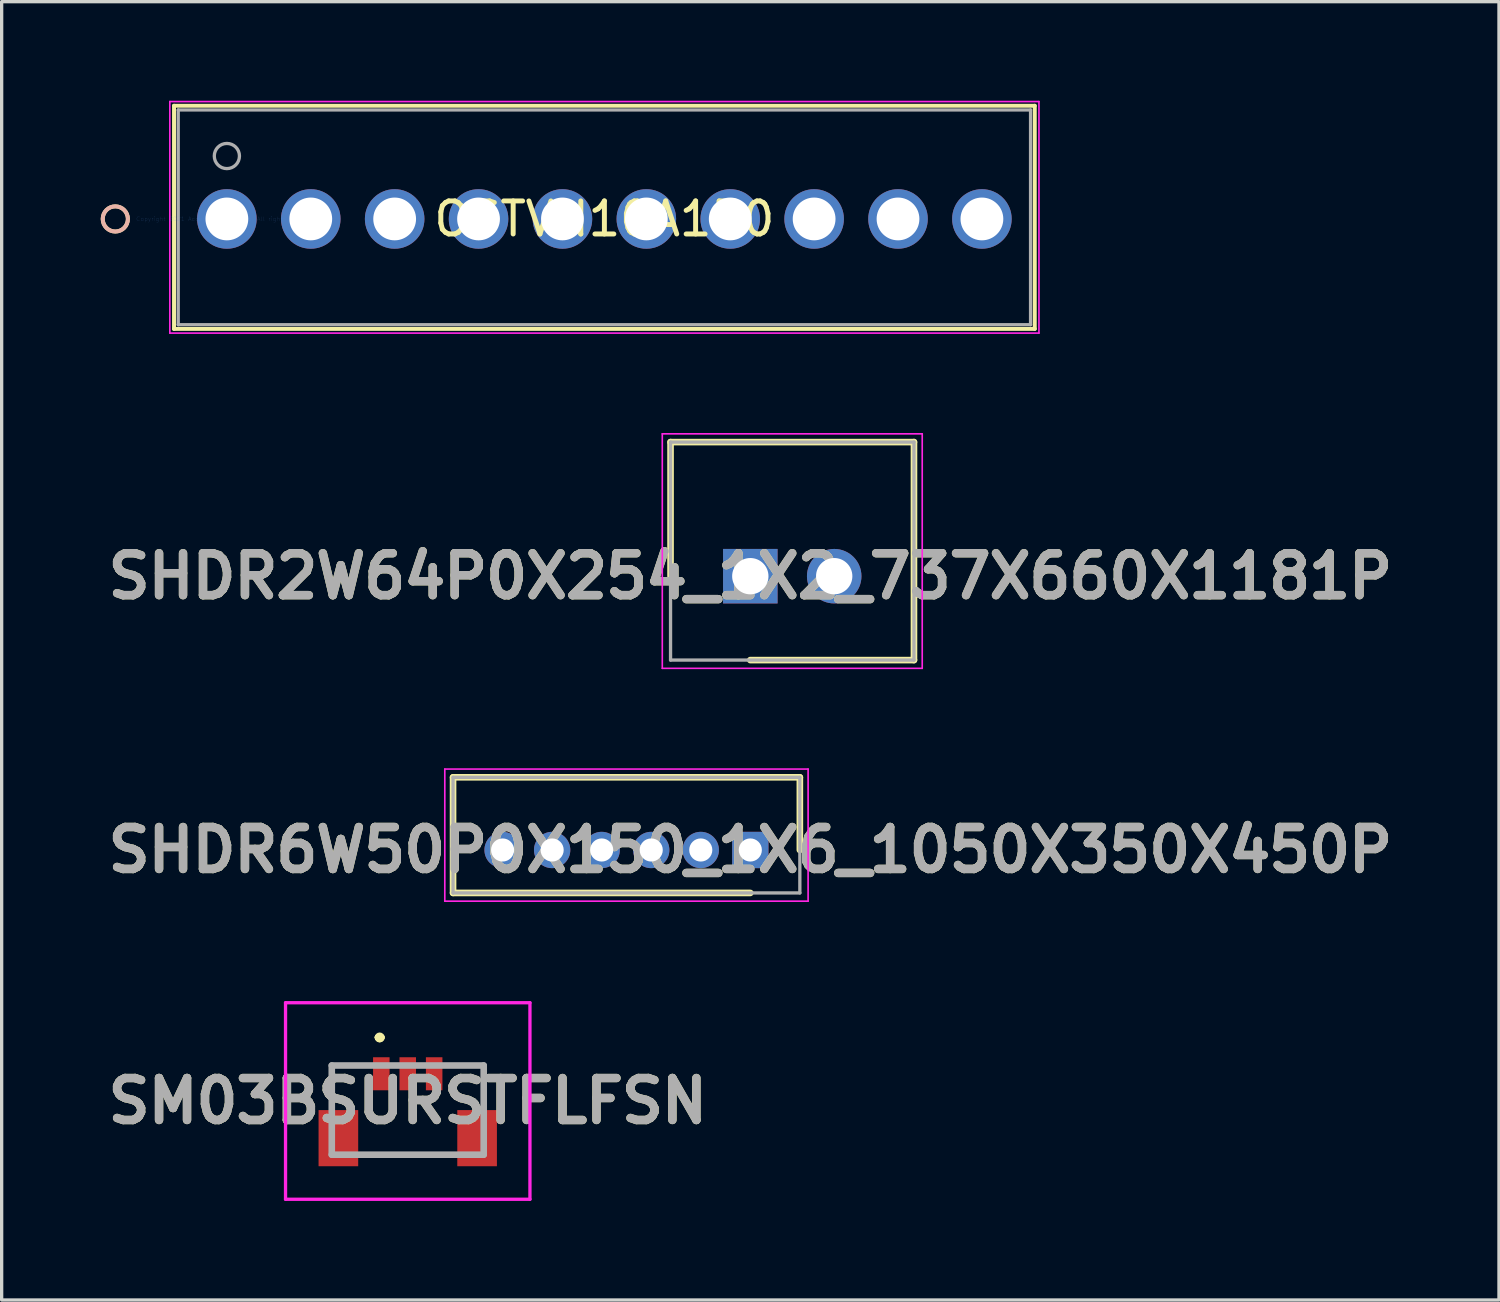
<source format=kicad_pcb>
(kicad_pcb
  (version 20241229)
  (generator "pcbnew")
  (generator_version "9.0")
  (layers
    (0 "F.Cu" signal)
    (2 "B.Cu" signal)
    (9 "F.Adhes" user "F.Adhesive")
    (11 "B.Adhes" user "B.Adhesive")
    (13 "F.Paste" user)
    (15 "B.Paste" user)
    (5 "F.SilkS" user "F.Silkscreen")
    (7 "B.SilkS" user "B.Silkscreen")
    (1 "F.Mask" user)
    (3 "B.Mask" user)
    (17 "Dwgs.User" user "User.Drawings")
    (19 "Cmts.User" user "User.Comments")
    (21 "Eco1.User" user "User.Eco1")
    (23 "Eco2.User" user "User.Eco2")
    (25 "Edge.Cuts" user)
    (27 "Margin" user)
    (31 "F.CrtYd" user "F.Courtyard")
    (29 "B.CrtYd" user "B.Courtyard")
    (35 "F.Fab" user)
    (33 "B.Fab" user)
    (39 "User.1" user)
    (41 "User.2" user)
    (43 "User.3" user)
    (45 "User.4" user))
  (footprint "OSTVN10A150"
    (layer "F.Cu")
    (at 3.819 3.579)
    (property "Reference" "OSTVN10A150" (at 11.43 0 0) (layer "F.SilkS") (effects (font (size 1 1) (thickness 0.15))))
    (attr through_hole)
    (fp_line (start -1.6 -3.427) (end -1.6 3.329) (stroke (width 0.12) (type solid)) (layer "F.SilkS"))
    (fp_line (start -1.6 3.329) (end 24.46 3.329) (stroke (width 0.12) (type solid)) (layer "F.SilkS"))
    (fp_line (start 24.46 -3.427) (end -1.6 -3.427) (stroke (width 0.12) (type solid)) (layer "F.SilkS"))
    (fp_line (start 24.46 3.329) (end 24.46 -3.427) (stroke (width 0.12) (type solid)) (layer "F.SilkS"))
    (fp_circle (center -3.378 0) (end -2.997 0) (stroke (width 0.12) (type solid)) (fill no) (layer "F.SilkS"))
    (fp_circle (center -3.378 0) (end -2.997 0) (stroke (width 0.12) (type solid)) (fill no) (layer "B.SilkS"))
    (fp_line (start -1.727 -3.554) (end -1.727 3.456) (stroke (width 0.05) (type solid)) (layer "F.CrtYd"))
    (fp_line (start -1.727 3.456) (end 24.587 3.456) (stroke (width 0.05) (type solid)) (layer "F.CrtYd"))
    (fp_line (start 24.587 -3.554) (end -1.727 -3.554) (stroke (width 0.05) (type solid)) (layer "F.CrtYd"))
    (fp_line (start 24.587 3.456) (end 24.587 -3.554) (stroke (width 0.05) (type solid)) (layer "F.CrtYd"))
    (fp_line (start -1.473 -3.3) (end -1.473 3.202) (stroke (width 0.1) (type solid)) (layer "F.Fab"))
    (fp_line (start -1.473 3.202) (end 24.333 3.202) (stroke (width 0.1) (type solid)) (layer "F.Fab"))
    (fp_line (start 24.333 -3.3) (end -1.473 -3.3) (stroke (width 0.1) (type solid)) (layer "F.Fab"))
    (fp_line (start 24.333 3.202) (end 24.333 -3.3) (stroke (width 0.1) (type solid)) (layer "F.Fab"))
    (fp_circle (center 0 -1.905) (end 0.381 -1.905) (stroke (width 0.1) (type solid)) (fill no) (layer "F.Fab"))
    (fp_text user "*" (at 0 0 0) (layer "F.SilkS") (effects (font (size 1 1) (thickness 0.15))))
    (fp_text user "Copyright 2021 Accelerated Designs. All rights reserved." (at 0 0 0) (layer "Cmts.User") (effects (font (size 0.127 0.127) (thickness 0.002))))
    (fp_text user "*" (at 0 0 0) (layer "F.Fab") (effects (font (size 1 1) (thickness 0.15))))
    (pad "1" thru_hole circle (at 0 0) (size 1.803 1.803) (drill 1.295) (layers "*.Cu" "*.Mask"))
    (pad "2" thru_hole circle (at 2.54 0) (size 1.803 1.803) (drill 1.295) (layers "*.Cu" "*.Mask"))
    (pad "3" thru_hole circle (at 5.08 0) (size 1.803 1.803) (drill 1.295) (layers "*.Cu" "*.Mask"))
    (pad "4" thru_hole circle (at 7.62 0) (size 1.803 1.803) (drill 1.295) (layers "*.Cu" "*.Mask"))
    (pad "5" thru_hole circle (at 10.16 0) (size 1.803 1.803) (drill 1.295) (layers "*.Cu" "*.Mask"))
    (pad "6" thru_hole circle (at 12.7 0) (size 1.803 1.803) (drill 1.295) (layers "*.Cu" "*.Mask"))
    (pad "7" thru_hole circle (at 15.24 0) (size 1.803 1.803) (drill 1.295) (layers "*.Cu" "*.Mask"))
    (pad "8" thru_hole circle (at 17.78 0) (size 1.803 1.803) (drill 1.295) (layers "*.Cu" "*.Mask"))
    (pad "9" thru_hole circle (at 20.32 0) (size 1.803 1.803) (drill 1.295) (layers "*.Cu" "*.Mask"))
    (pad "10" thru_hole circle (at 22.86 0) (size 1.803 1.803) (drill 1.295) (layers "*.Cu" "*.Mask")))
  (footprint "SHDR6W50P0X150_1X6_1050X350X450P"
    (layer "F.Cu")
    (at 19.667 22.685)
    (property "Reference" "SHDR6W50P0X150_1X6_1050X350X450P" (at 0 0 0) (layer "F.SilkS") (effects (font (size 1.27 1.27) (thickness 0.254))))
    (attr through_hole)
    (fp_line (start -9 -2.2) (end 1.5 -2.2) (stroke (width 0.2) (type solid)) (layer "F.SilkS"))
    (fp_line (start -9 1.3) (end -9 -2.2) (stroke (width 0.2) (type solid)) (layer "F.SilkS"))
    (fp_line (start 0 1.3) (end -9 1.3) (stroke (width 0.2) (type solid)) (layer "F.SilkS"))
    (fp_line (start 1.5 -2.2) (end 1.5 0) (stroke (width 0.2) (type solid)) (layer "F.SilkS"))
    (fp_line (start -9.25 -2.45) (end 1.75 -2.45) (stroke (width 0.05) (type solid)) (layer "F.CrtYd"))
    (fp_line (start -9.25 1.55) (end -9.25 -2.45) (stroke (width 0.05) (type solid)) (layer "F.CrtYd"))
    (fp_line (start 1.75 -2.45) (end 1.75 1.55) (stroke (width 0.05) (type solid)) (layer "F.CrtYd"))
    (fp_line (start 1.75 1.55) (end -9.25 1.55) (stroke (width 0.05) (type solid)) (layer "F.CrtYd"))
    (fp_line (start -9 -2.2) (end 1.5 -2.2) (stroke (width 0.1) (type solid)) (layer "F.Fab"))
    (fp_line (start -9 1.3) (end -9 -2.2) (stroke (width 0.1) (type solid)) (layer "F.Fab"))
    (fp_line (start 1.5 -2.2) (end 1.5 1.3) (stroke (width 0.1) (type solid)) (layer "F.Fab"))
    (fp_line (start 1.5 1.3) (end -9 1.3) (stroke (width 0.1) (type solid)) (layer "F.Fab"))
    (fp_text user "${REFERENCE}" (at 0 0 0) (layer "F.Fab") (effects (font (size 1.27 1.27) (thickness 0.254))))
    (pad "1" thru_hole rect (at 0 0) (size 1.1 1.1) (drill 0.7) (layers "*.Cu" "*.Mask"))
    (pad "2" thru_hole circle (at -1.5 0) (size 1.1 1.1) (drill 0.7) (layers "*.Cu" "*.Mask"))
    (pad "3" thru_hole circle (at -3 0) (size 1.1 1.1) (drill 0.7) (layers "*.Cu" "*.Mask"))
    (pad "4" thru_hole circle (at -4.5 0) (size 1.1 1.1) (drill 0.7) (layers "*.Cu" "*.Mask"))
    (pad "5" thru_hole circle (at -6 0) (size 1.1 1.1) (drill 0.7) (layers "*.Cu" "*.Mask"))
    (pad "6" thru_hole circle (at -7.5 0) (size 1.1 1.1) (drill 0.7) (layers "*.Cu" "*.Mask")))
  (footprint "SM03BSURSTFLFSN"
    (layer "F.Cu")
    (at 9.295 30.56)
    (property "Reference" "SM03BSURSTFLFSN" (at 0 -0.275 0) (layer "F.SilkS") (effects (font (size 1.27 1.27) (thickness 0.254))))
    (attr smd)
    (fp_line (start -2.3 -1.35) (end -2.3 -1.35) (stroke (width 0.1) (type solid)) (layer "F.SilkS"))
    (fp_line (start -2.3 -1.35) (end -2.3 -1.35) (stroke (width 0.1) (type solid)) (layer "F.SilkS"))
    (fp_line (start -2.3 -1.35) (end -2.3 -0.75) (stroke (width 0.1) (type solid)) (layer "F.SilkS"))
    (fp_line (start -2.3 -1.35) (end -1.75 -1.35) (stroke (width 0.1) (type solid)) (layer "F.SilkS"))
    (fp_line (start -2.3 -0.75) (end -2.3 -1.35) (stroke (width 0.1) (type solid)) (layer "F.SilkS"))
    (fp_line (start -2.3 -0.75) (end -2.3 -0.75) (stroke (width 0.1) (type solid)) (layer "F.SilkS"))
    (fp_line (start -1.75 -1.35) (end -2.3 -1.35) (stroke (width 0.1) (type solid)) (layer "F.SilkS"))
    (fp_line (start -1.75 -1.35) (end -1.75 -1.35) (stroke (width 0.1) (type solid)) (layer "F.SilkS"))
    (fp_line (start -1 1.35) (end -1 1.35) (stroke (width 0.1) (type solid)) (layer "F.SilkS"))
    (fp_line (start -1 1.35) (end 0.75 1.35) (stroke (width 0.1) (type solid)) (layer "F.SilkS"))
    (fp_line (start -0.9 -2.2) (end -0.9 -2.2) (stroke (width 0.2) (type solid)) (layer "F.SilkS"))
    (fp_line (start -0.9 -2.2) (end -0.9 -2.2) (stroke (width 0.2) (type solid)) (layer "F.SilkS"))
    (fp_line (start -0.8 -2.2) (end -0.8 -2.2) (stroke (width 0.2) (type solid)) (layer "F.SilkS"))
    (fp_line (start 0.75 1.35) (end -1 1.35) (stroke (width 0.1) (type solid)) (layer "F.SilkS"))
    (fp_line (start 0.75 1.35) (end 0.75 1.35) (stroke (width 0.1) (type solid)) (layer "F.SilkS"))
    (fp_line (start 1.75 -1.35) (end 1.75 -1.35) (stroke (width 0.1) (type solid)) (layer "F.SilkS"))
    (fp_line (start 1.75 -1.35) (end 2.3 -1.35) (stroke (width 0.1) (type solid)) (layer "F.SilkS"))
    (fp_line (start 2.3 -1.35) (end 1.75 -1.35) (stroke (width 0.1) (type solid)) (layer "F.SilkS"))
    (fp_line (start 2.3 -1.35) (end 2.3 -1.35) (stroke (width 0.1) (type solid)) (layer "F.SilkS"))
    (fp_line (start 2.3 -1.35) (end 2.3 -1.35) (stroke (width 0.1) (type solid)) (layer "F.SilkS"))
    (fp_line (start 2.3 -1.35) (end 2.3 -0.75) (stroke (width 0.1) (type solid)) (layer "F.SilkS"))
    (fp_line (start 2.3 -0.75) (end 2.3 -1.35) (stroke (width 0.1) (type solid)) (layer "F.SilkS"))
    (fp_line (start 2.3 -0.75) (end 2.3 -0.75) (stroke (width 0.1) (type solid)) (layer "F.SilkS"))
    (fp_arc (start -0.9 -2.2) (mid -0.85 -2.25) (end -0.8 -2.2) (stroke (width 0.2) (type solid)) (layer "F.SilkS"))
    (fp_arc (start -0.8 -2.2) (mid -0.85 -2.15) (end -0.9 -2.2) (stroke (width 0.2) (type solid)) (layer "F.SilkS"))
    (fp_arc (start -0.8 -2.2) (mid -0.85 -2.15) (end -0.9 -2.2) (stroke (width 0.2) (type solid)) (layer "F.SilkS"))
    (fp_line (start -3.7 -3.25) (end 3.7 -3.25) (stroke (width 0.1) (type solid)) (layer "F.CrtYd"))
    (fp_line (start -3.7 2.7) (end -3.7 -3.25) (stroke (width 0.1) (type solid)) (layer "F.CrtYd"))
    (fp_line (start 3.7 -3.25) (end 3.7 2.7) (stroke (width 0.1) (type solid)) (layer "F.CrtYd"))
    (fp_line (start 3.7 2.7) (end -3.7 2.7) (stroke (width 0.1) (type solid)) (layer "F.CrtYd"))
    (fp_line (start -2.3 -1.35) (end -2.3 1.35) (stroke (width 0.2) (type solid)) (layer "F.Fab"))
    (fp_line (start -2.3 1.35) (end 2.3 1.35) (stroke (width 0.2) (type solid)) (layer "F.Fab"))
    (fp_line (start 2.3 -1.35) (end -2.3 -1.35) (stroke (width 0.2) (type solid)) (layer "F.Fab"))
    (fp_line (start 2.3 1.35) (end 2.3 -1.35) (stroke (width 0.2) (type solid)) (layer "F.Fab"))
    (fp_text user "${REFERENCE}" (at 0 -0.275 0) (layer "F.Fab") (effects (font (size 1.27 1.27) (thickness 0.254))))
    (pad "1" smd rect (at -0.8 -1.1) (size 0.5 1) (layers "F.Cu" "F.Mask" "F.Paste"))
    (pad "2" smd rect (at 0 -1.1) (size 0.5 1) (layers "F.Cu" "F.Mask" "F.Paste"))
    (pad "3" smd rect (at 0.8 -1.1) (size 0.5 1) (layers "F.Cu" "F.Mask" "F.Paste"))
    (pad "MP1" smd rect (at -2.1 0.85) (size 1.2 1.7) (layers "F.Cu" "F.Mask" "F.Paste"))
    (pad "MP2" smd rect (at 2.1 0.85) (size 1.2 1.7) (layers "F.Cu" "F.Mask" "F.Paste")))
  (footprint "SHDR2W64P0X254_1X2_737X660X1181P"
    (layer "F.Cu")
    (at 19.667 14.395)
    (property "Reference" "SHDR2W64P0X254_1X2_737X660X1181P" (at 0 0 0) (layer "F.SilkS") (effects (font (size 1.27 1.27) (thickness 0.254))))
    (attr through_hole)
    (fp_line (start -2.415 -4.06) (end -2.415 0) (stroke (width 0.2) (type solid)) (layer "F.SilkS"))
    (fp_line (start 0 2.54) (end 4.955 2.54) (stroke (width 0.2) (type solid)) (layer "F.SilkS"))
    (fp_line (start 4.955 -4.06) (end -2.415 -4.06) (stroke (width 0.2) (type solid)) (layer "F.SilkS"))
    (fp_line (start 4.955 2.54) (end 4.955 -4.06) (stroke (width 0.2) (type solid)) (layer "F.SilkS"))
    (fp_line (start -2.665 -4.31) (end 5.205 -4.31) (stroke (width 0.05) (type solid)) (layer "F.CrtYd"))
    (fp_line (start -2.665 2.79) (end -2.665 -4.31) (stroke (width 0.05) (type solid)) (layer "F.CrtYd"))
    (fp_line (start 5.205 -4.31) (end 5.205 2.79) (stroke (width 0.05) (type solid)) (layer "F.CrtYd"))
    (fp_line (start 5.205 2.79) (end -2.665 2.79) (stroke (width 0.05) (type solid)) (layer "F.CrtYd"))
    (fp_line (start -2.415 -4.06) (end 4.955 -4.06) (stroke (width 0.1) (type solid)) (layer "F.Fab"))
    (fp_line (start -2.415 2.54) (end -2.415 -4.06) (stroke (width 0.1) (type solid)) (layer "F.Fab"))
    (fp_line (start 4.955 -4.06) (end 4.955 2.54) (stroke (width 0.1) (type solid)) (layer "F.Fab"))
    (fp_line (start 4.955 2.54) (end -2.415 2.54) (stroke (width 0.1) (type solid)) (layer "F.Fab"))
    (fp_text user "${REFERENCE}" (at 0 0 0) (layer "F.Fab") (effects (font (size 1.27 1.27) (thickness 0.254))))
    (pad "1" thru_hole rect (at 0 0) (size 1.65 1.65) (drill 1.1) (layers "*.Cu" "*.Mask"))
    (pad "2" thru_hole circle (at 2.54 0) (size 1.65 1.65) (drill 1.1) (layers "*.Cu" "*.Mask")))
  (gr_rect
    (start -3 -3)
    (end 42.334 36.31)
    (stroke (width 0.1) (type default))
    (fill no)
    (layer "Edge.Cuts")))
</source>
